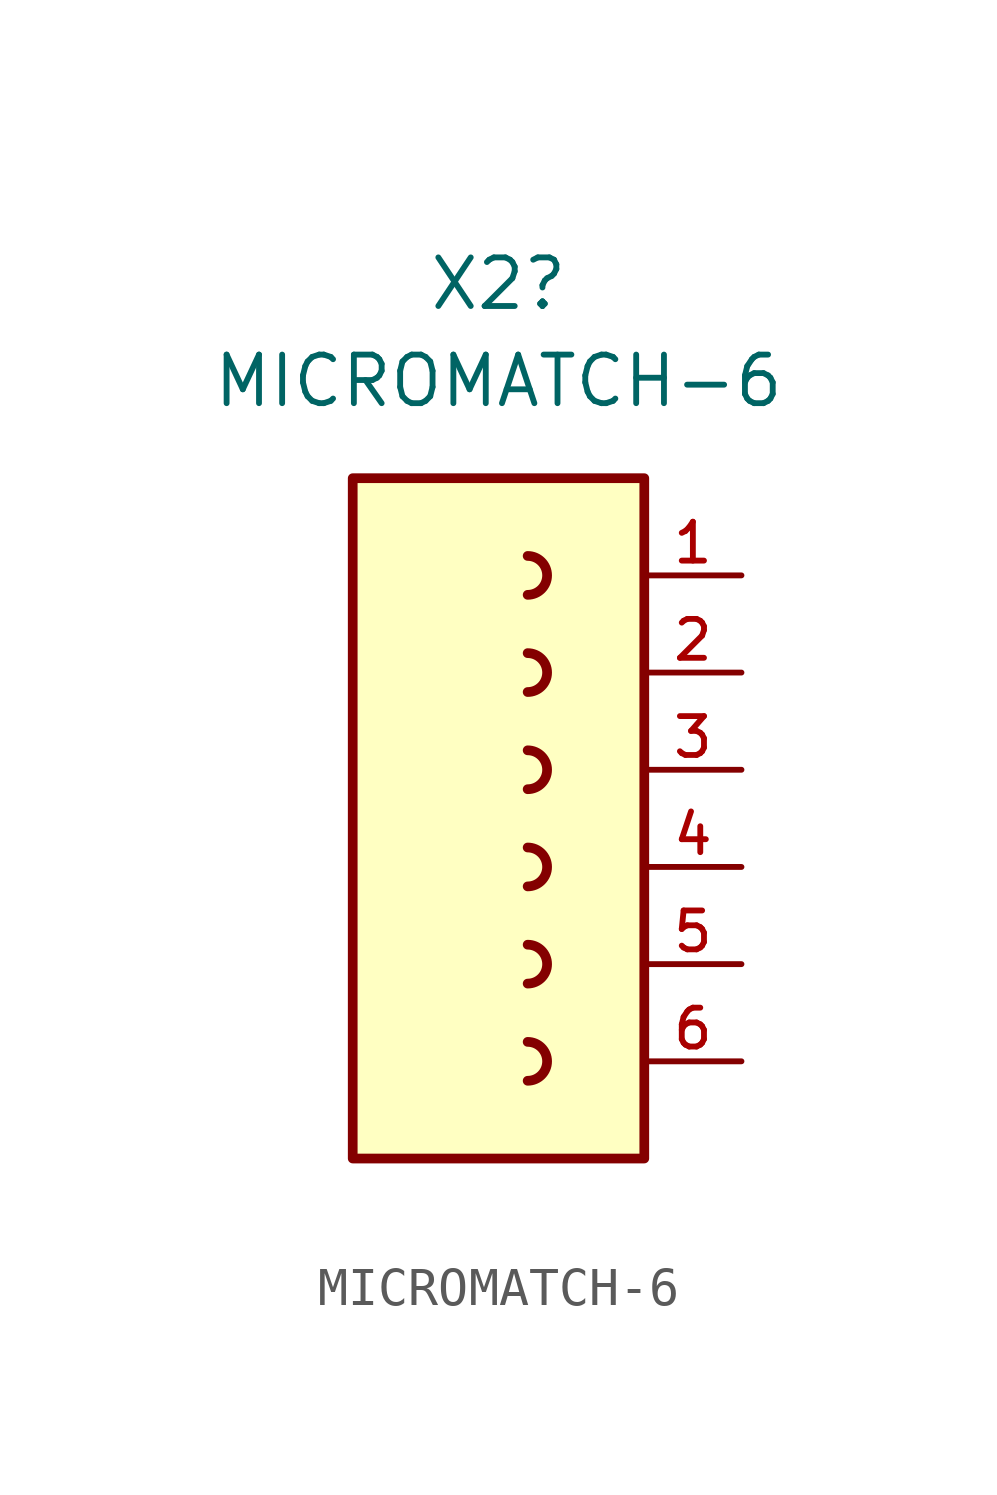
<source format=kicad_sym>
(kicad_symbol_lib
  (version 20231120)
  (generator "kicad_symbol_editor")
  (generator_version "8.0")
  (symbol "MICROMATCH-6"
    (pin_names
      (offset 1.016))
    (property "Reference" "X2"
      (at -1.27 10.16 0)
      (effects (font (size 1.27 1.27))))
    (property "Value" "MICROMATCH-6"
      (at -1.27 7.62 0)
      (effects (font (size 1.27 1.27))))
    (symbol "MICROMATCH-6_0_0"
      (rectangle (start -5.08 -12.7) (end 2.54 5.08) (stroke (width 0.254) (type default)) (fill (type background)))
      (arc (start -0.508 -10.668) (mid -0.0022 -10.16) (end -0.508 -9.652) (stroke (width 0.254) (type default)) (fill (type none)))
      (arc (start -0.508 -8.128) (mid -0.0022 -7.62) (end -0.508 -7.112) (stroke (width 0.254) (type default)) (fill (type none)))
      (arc (start -0.508 -5.588) (mid -0.0022 -5.08) (end -0.508 -4.572) (stroke (width 0.254) (type default)) (fill (type none)))
      (arc (start -0.508 -3.048) (mid -0.0022 -2.54) (end -0.508 -2.032) (stroke (width 0.254) (type default)) (fill (type none)))
      (arc (start -0.508 -0.508) (mid -0.0022 0) (end -0.508 0.508) (stroke (width 0.254) (type default)) (fill (type none)))
      (arc (start -0.508 2.032) (mid -0.0022 2.54) (end -0.508 3.048) (stroke (width 0.254) (type default)) (fill (type none)))
      (pin bidirectional line (at 5.08 0 180) (length 2.54) (name "~" (effects (font (size 1.016 1.016)))) (number "2" (effects (font (size 1.016 1.016)))))
      (pin bidirectional line (at 5.08 -2.54 180) (length 2.54) (name "~" (effects (font (size 1.016 1.016)))) (number "3" (effects (font (size 1.016 1.016)))))
      (pin bidirectional line (at 5.08 -5.08 180) (length 2.54) (name "~" (effects (font (size 1.016 1.016)))) (number "4" (effects (font (size 1.016 1.016)))))
      (pin bidirectional line (at 5.08 -7.62 180) (length 2.54) (name "~" (effects (font (size 1.016 1.016)))) (number "5" (effects (font (size 1.016 1.016))))))
    (symbol "MICROMATCH-6_1_0"
      (pin unspecified line (at 5.08 2.54 180) (length 2.54) (name "~" (effects (font (size 1.016 1.016)))) (number "1" (effects (font (size 1.016 1.016)))))
      (pin unspecified line (at 5.08 -10.16 180) (length 2.54) (name "~" (effects (font (size 1.016 1.016)))) (number "6" (effects (font (size 1.016 1.016))))))))
</source>
